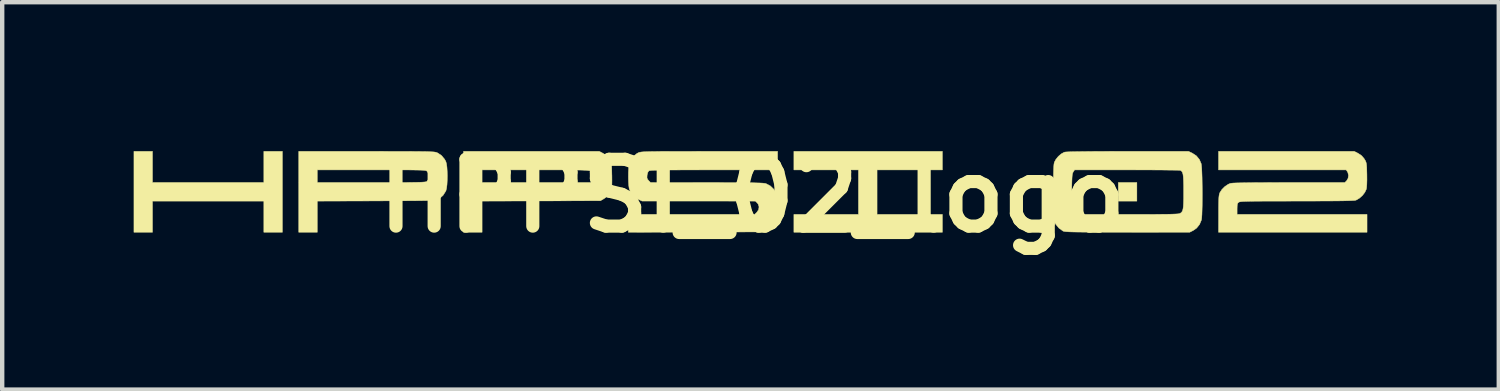
<source format=kicad_pcb>
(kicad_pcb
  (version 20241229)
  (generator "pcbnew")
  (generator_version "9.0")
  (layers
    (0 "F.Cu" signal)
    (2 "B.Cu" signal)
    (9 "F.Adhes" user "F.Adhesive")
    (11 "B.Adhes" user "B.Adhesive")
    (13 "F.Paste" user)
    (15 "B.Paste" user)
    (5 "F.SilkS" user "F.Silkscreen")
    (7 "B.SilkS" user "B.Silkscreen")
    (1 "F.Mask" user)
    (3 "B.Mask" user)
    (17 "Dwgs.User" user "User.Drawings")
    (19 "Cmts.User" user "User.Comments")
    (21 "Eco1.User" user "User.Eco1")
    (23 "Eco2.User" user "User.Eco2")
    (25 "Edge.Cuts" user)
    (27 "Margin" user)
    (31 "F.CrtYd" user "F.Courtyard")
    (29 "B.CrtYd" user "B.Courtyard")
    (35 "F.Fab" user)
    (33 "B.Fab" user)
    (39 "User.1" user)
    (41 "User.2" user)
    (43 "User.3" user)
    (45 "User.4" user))
  (footprint "HPPSI_02_logo"
    (layer "F.Cu")
    (at 14.11 1.418)
    (property "Reference" "HPPSI_02_logo" (at 0 0 0) (layer "F.SilkS") (effects (font (size 1.524 1.524) (thickness 0.3))))
    (attr through_hole)
    (fp_poly (pts (xy 8.771 0.119) (xy 8.348 0.119) (xy 8.348 -0.305) (xy 8.771 -0.305) (xy 8.771 0.119)) (stroke (width 0.01) (type solid)) (fill yes) (layer "F.SilkS"))
    (fp_poly (pts (xy -13.682 -0.305) (xy -11.142 -0.305) (xy -11.142 -1.016) (xy -10.719 -1.016) (xy -10.719 0.83) (xy -11.142 0.83) (xy -11.142 0.119) (xy -13.682 0.119) (xy -13.682 0.83) (xy -14.105 0.83) (xy -14.105 -1.016) (xy -13.682 -1.016) (xy -13.682 -0.305)) (stroke (width 0.01) (type solid)) (fill yes) (layer "F.SilkS"))
    (fp_poly (pts (xy 4.335 -0.593) (xy 2.845 -0.593) (xy 2.845 0.423) (xy 4.335 0.423) (xy 4.335 0.83) (xy 0.948 0.83) (xy 0.948 0.423) (xy 2.421 0.423) (xy 2.421 -0.593) (xy 0.948 -0.593) (xy 0.948 -1.016) (xy 4.335 -1.016) (xy 4.335 -0.593)) (stroke (width 0.01) (type solid)) (fill yes) (layer "F.SilkS"))
    (fp_poly (pts (xy -3.402 -0.969) (xy -3.326 -0.919) (xy -3.27 -0.855) (xy -3.26 -0.839) (xy -3.241 -0.808) (xy -3.228 -0.78) (xy -3.218 -0.75) (xy -3.212 -0.711) (xy -3.208 -0.657) (xy -3.206 -0.582) (xy -3.204 -0.48) (xy -3.203 -0.469) (xy -3.202 -0.352) (xy -3.203 -0.262) (xy -3.208 -0.194) (xy -3.217 -0.142) (xy -3.232 -0.099) (xy -3.254 -0.059) (xy -3.276 -0.028) (xy -3.311 0.01) (xy -3.362 0.049) (xy -3.387 0.065) (xy -3.463 0.11) (xy -4.813 0.115) (xy -6.164 0.119) (xy -6.164 0.83) (xy -6.587 0.83) (xy -6.587 -0.593) (xy -6.164 -0.593) (xy -6.164 -0.305) (xy -3.69 -0.305) (xy -3.65 -0.345) (xy -3.624 -0.379) (xy -3.615 -0.418) (xy -3.616 -0.459) (xy -3.618 -0.484) (xy -3.619 -0.505) (xy -3.623 -0.524) (xy -3.63 -0.54) (xy -3.644 -0.553) (xy -3.667 -0.563) (xy -3.7 -0.572) (xy -3.747 -0.579) (xy -3.809 -0.584) (xy -3.889 -0.588) (xy -3.988 -0.59) (xy -4.11 -0.592) (xy -4.256 -0.593) (xy -4.429 -0.593) (xy -4.63 -0.593) (xy -4.862 -0.593) (xy -4.929 -0.593) (xy -6.164 -0.593) (xy -6.587 -0.593) (xy -6.587 -1.016) (xy -5.04 -1.016) (xy -3.492 -1.016) (xy -3.402 -0.969)) (stroke (width 0.01) (type solid)) (fill yes) (layer "F.SilkS"))
    (fp_poly (pts (xy 13.82 -0.969) (xy 13.895 -0.919) (xy 13.951 -0.855) (xy 13.961 -0.839) (xy 13.981 -0.807) (xy 13.994 -0.778) (xy 14.004 -0.746) (xy 14.01 -0.705) (xy 14.014 -0.647) (xy 14.016 -0.567) (xy 14.018 -0.491) (xy 14.019 -0.363) (xy 14.016 -0.259) (xy 14.01 -0.183) (xy 14.004 -0.151) (xy 13.971 -0.081) (xy 13.917 -0.01) (xy 13.85 0.05) (xy 13.781 0.092) (xy 13.758 0.1) (xy 13.729 0.104) (xy 13.673 0.107) (xy 13.587 0.11) (xy 13.473 0.113) (xy 13.329 0.115) (xy 13.154 0.116) (xy 12.947 0.117) (xy 12.708 0.118) (xy 12.437 0.118) (xy 12.412 0.118) (xy 12.171 0.119) (xy 11.961 0.119) (xy 11.781 0.119) (xy 11.628 0.12) (xy 11.499 0.121) (xy 11.394 0.122) (xy 11.308 0.124) (xy 11.241 0.126) (xy 11.19 0.128) (xy 11.152 0.131) (xy 11.125 0.135) (xy 11.107 0.139) (xy 11.096 0.144) (xy 11.095 0.145) (xy 11.075 0.163) (xy 11.064 0.187) (xy 11.059 0.228) (xy 11.057 0.292) (xy 11.057 0.297) (xy 11.057 0.423) (xy 14.021 0.423) (xy 14.021 0.83) (xy 10.634 0.83) (xy 10.635 0.411) (xy 10.635 0.278) (xy 10.636 0.174) (xy 10.638 0.095) (xy 10.641 0.036) (xy 10.646 -0.007) (xy 10.652 -0.04) (xy 10.661 -0.066) (xy 10.666 -0.077) (xy 10.712 -0.148) (xy 10.779 -0.214) (xy 10.855 -0.265) (xy 10.903 -0.285) (xy 10.928 -0.289) (xy 10.974 -0.293) (xy 11.044 -0.296) (xy 11.138 -0.298) (xy 11.259 -0.3) (xy 11.406 -0.302) (xy 11.582 -0.303) (xy 11.788 -0.304) (xy 12.026 -0.305) (xy 12.241 -0.305) (xy 13.514 -0.305) (xy 13.556 -0.346) (xy 13.588 -0.4) (xy 13.598 -0.466) (xy 13.584 -0.531) (xy 13.571 -0.555) (xy 13.545 -0.593) (xy 10.634 -0.593) (xy 10.634 -1.016) (xy 12.182 -1.016) (xy 13.729 -1.016) (xy 13.82 -0.969)) (stroke (width 0.01) (type solid)) (fill yes) (layer "F.SilkS"))
    (fp_poly (pts (xy -8.801 -1.016) (xy -8.537 -1.016) (xy -8.304 -1.015) (xy -8.101 -1.015) (xy -7.926 -1.015) (xy -7.776 -1.014) (xy -7.649 -1.013) (xy -7.543 -1.012) (xy -7.455 -1.011) (xy -7.385 -1.009) (xy -7.329 -1.006) (xy -7.286 -1.004) (xy -7.253 -1.001) (xy -7.229 -0.997) (xy -7.21 -0.993) (xy -7.196 -0.988) (xy -7.186 -0.984) (xy -7.092 -0.923) (xy -7.019 -0.836) (xy -6.992 -0.787) (xy -6.977 -0.736) (xy -6.966 -0.659) (xy -6.96 -0.564) (xy -6.957 -0.461) (xy -6.959 -0.356) (xy -6.964 -0.259) (xy -6.974 -0.177) (xy -6.988 -0.119) (xy -6.992 -0.11) (xy -7.055 -0.011) (xy -7.14 0.064) (xy -7.165 0.079) (xy -7.177 0.084) (xy -7.191 0.089) (xy -7.211 0.094) (xy -7.239 0.098) (xy -7.276 0.101) (xy -7.326 0.103) (xy -7.389 0.106) (xy -7.469 0.107) (xy -7.569 0.109) (xy -7.689 0.11) (xy -7.833 0.111) (xy -8.002 0.112) (xy -8.2 0.113) (xy -8.428 0.114) (xy -8.572 0.115) (xy -9.923 0.119) (xy -9.923 0.83) (xy -10.346 0.83) (xy -10.346 -0.593) (xy -9.923 -0.593) (xy -9.923 -0.305) (xy -8.691 -0.305) (xy -8.454 -0.305) (xy -8.249 -0.305) (xy -8.074 -0.306) (xy -7.925 -0.306) (xy -7.801 -0.307) (xy -7.699 -0.309) (xy -7.617 -0.31) (xy -7.554 -0.312) (xy -7.505 -0.315) (xy -7.47 -0.318) (xy -7.445 -0.322) (xy -7.429 -0.327) (xy -7.421 -0.331) (xy -7.394 -0.368) (xy -7.381 -0.423) (xy -7.384 -0.484) (xy -7.401 -0.538) (xy -7.417 -0.559) (xy -7.424 -0.565) (xy -7.433 -0.571) (xy -7.447 -0.576) (xy -7.467 -0.58) (xy -7.497 -0.583) (xy -7.538 -0.586) (xy -7.592 -0.588) (xy -7.663 -0.589) (xy -7.753 -0.591) (xy -7.863 -0.592) (xy -7.997 -0.592) (xy -8.156 -0.592) (xy -8.343 -0.593) (xy -8.56 -0.593) (xy -8.687 -0.593) (xy -9.923 -0.593) (xy -10.346 -0.593) (xy -10.346 -1.016) (xy -8.801 -1.016)) (stroke (width 0.01) (type solid)) (fill yes) (layer "F.SilkS"))
    (fp_poly (pts (xy 0.576 -0.593) (xy -0.877 -0.593) (xy -1.141 -0.593) (xy -1.374 -0.592) (xy -1.576 -0.592) (xy -1.75 -0.591) (xy -1.898 -0.59) (xy -2.021 -0.589) (xy -2.122 -0.587) (xy -2.202 -0.585) (xy -2.264 -0.583) (xy -2.309 -0.58) (xy -2.339 -0.576) (xy -2.356 -0.573) (xy -2.361 -0.57) (xy -2.384 -0.536) (xy -2.399 -0.479) (xy -2.4 -0.47) (xy -2.403 -0.418) (xy -2.393 -0.383) (xy -2.367 -0.351) (xy -2.365 -0.348) (xy -2.321 -0.305) (xy -1.038 -0.304) (xy -0.789 -0.304) (xy -0.571 -0.303) (xy -0.384 -0.303) (xy -0.223 -0.302) (xy -0.089 -0.3) (xy 0.022 -0.299) (xy 0.112 -0.296) (xy 0.183 -0.294) (xy 0.236 -0.291) (xy 0.274 -0.287) (xy 0.299 -0.283) (xy 0.309 -0.281) (xy 0.41 -0.228) (xy 0.49 -0.151) (xy 0.527 -0.089) (xy 0.542 -0.057) (xy 0.553 -0.025) (xy 0.56 0.012) (xy 0.564 0.062) (xy 0.566 0.13) (xy 0.567 0.222) (xy 0.567 0.271) (xy 0.567 0.376) (xy 0.566 0.453) (xy 0.563 0.509) (xy 0.557 0.55) (xy 0.548 0.582) (xy 0.535 0.613) (xy 0.524 0.635) (xy 0.473 0.71) (xy 0.408 0.77) (xy 0.336 0.821) (xy -1.246 0.826) (xy -2.828 0.83) (xy -2.828 0.423) (xy 0.053 0.423) (xy 0.103 0.374) (xy 0.143 0.314) (xy 0.153 0.25) (xy 0.133 0.188) (xy 0.111 0.16) (xy 0.069 0.119) (xy -1.223 0.118) (xy -2.515 0.118) (xy -2.6 0.078) (xy -2.693 0.018) (xy -2.763 -0.061) (xy -2.806 -0.156) (xy -2.81 -0.173) (xy -2.819 -0.239) (xy -2.825 -0.329) (xy -2.827 -0.431) (xy -2.826 -0.535) (xy -2.821 -0.631) (xy -2.813 -0.707) (xy -2.809 -0.729) (xy -2.774 -0.821) (xy -2.712 -0.903) (xy -2.631 -0.968) (xy -2.599 -0.984) (xy -2.586 -0.99) (xy -2.571 -0.994) (xy -2.55 -0.998) (xy -2.522 -1.002) (xy -2.485 -1.005) (xy -2.437 -1.007) (xy -2.375 -1.009) (xy -2.298 -1.011) (xy -2.203 -1.012) (xy -2.089 -1.014) (xy -1.952 -1.014) (xy -1.791 -1.015) (xy -1.604 -1.015) (xy -1.389 -1.015) (xy -1.144 -1.016) (xy -0.978 -1.016) (xy 0.576 -1.016) (xy 0.576 -0.593)) (stroke (width 0.01) (type solid)) (fill yes) (layer "F.SilkS"))
    (fp_poly (pts (xy 9.948 -1.016) (xy 10.035 -0.975) (xy 10.128 -0.914) (xy 10.197 -0.83) (xy 10.238 -0.735) (xy 10.244 -0.696) (xy 10.25 -0.628) (xy 10.254 -0.537) (xy 10.258 -0.427) (xy 10.26 -0.304) (xy 10.262 -0.173) (xy 10.263 -0.039) (xy 10.262 0.094) (xy 10.261 0.219) (xy 10.258 0.332) (xy 10.255 0.428) (xy 10.25 0.501) (xy 10.244 0.546) (xy 10.243 0.55) (xy 10.2 0.652) (xy 10.133 0.735) (xy 10.056 0.789) (xy 9.975 0.83) (xy 8.556 0.829) (xy 8.301 0.829) (xy 8.078 0.829) (xy 7.885 0.828) (xy 7.719 0.827) (xy 7.578 0.827) (xy 7.46 0.825) (xy 7.363 0.824) (xy 7.284 0.822) (xy 7.222 0.82) (xy 7.175 0.817) (xy 7.14 0.814) (xy 7.115 0.81) (xy 7.097 0.806) (xy 7.087 0.802) (xy 6.994 0.735) (xy 6.919 0.645) (xy 6.903 0.618) (xy 6.894 0.599) (xy 6.886 0.58) (xy 6.88 0.556) (xy 6.875 0.524) (xy 6.872 0.481) (xy 6.869 0.422) (xy 6.868 0.345) (xy 6.867 0.245) (xy 6.867 0.119) (xy 6.867 0.11) (xy 7.283 0.11) (xy 7.285 0.194) (xy 7.289 0.256) (xy 7.297 0.302) (xy 7.307 0.336) (xy 7.322 0.361) (xy 7.341 0.383) (xy 7.381 0.423) (xy 8.541 0.423) (xy 8.786 0.423) (xy 8.998 0.423) (xy 9.18 0.422) (xy 9.333 0.42) (xy 9.459 0.419) (xy 9.56 0.417) (xy 9.638 0.414) (xy 9.694 0.411) (xy 9.729 0.407) (xy 9.746 0.403) (xy 9.774 0.388) (xy 9.795 0.369) (xy 9.811 0.341) (xy 9.823 0.3) (xy 9.831 0.243) (xy 9.835 0.164) (xy 9.838 0.061) (xy 9.838 -0.071) (xy 9.838 -0.093) (xy 9.838 -0.232) (xy 9.835 -0.341) (xy 9.831 -0.425) (xy 9.824 -0.486) (xy 9.813 -0.528) (xy 9.798 -0.556) (xy 9.778 -0.574) (xy 9.761 -0.582) (xy 9.74 -0.584) (xy 9.688 -0.586) (xy 9.607 -0.587) (xy 9.501 -0.588) (xy 9.373 -0.59) (xy 9.224 -0.591) (xy 9.058 -0.592) (xy 8.878 -0.592) (xy 8.686 -0.593) (xy 8.542 -0.593) (xy 7.35 -0.593) (xy 7.32 -0.547) (xy 7.31 -0.528) (xy 7.302 -0.501) (xy 7.296 -0.464) (xy 7.292 -0.41) (xy 7.289 -0.335) (xy 7.286 -0.234) (xy 7.285 -0.136) (xy 7.283 0.002) (xy 7.283 0.11) (xy 6.867 0.11) (xy 6.866 -0.036) (xy 6.866 -0.076) (xy 6.867 -0.25) (xy 6.868 -0.392) (xy 6.869 -0.507) (xy 6.872 -0.597) (xy 6.875 -0.666) (xy 6.879 -0.716) (xy 6.885 -0.751) (xy 6.89 -0.769) (xy 6.925 -0.834) (xy 6.979 -0.9) (xy 7.043 -0.956) (xy 7.107 -0.992) (xy 7.123 -0.998) (xy 7.154 -1.002) (xy 7.217 -1.005) (xy 7.312 -1.008) (xy 7.44 -1.01) (xy 7.601 -1.012) (xy 7.794 -1.014) (xy 8.021 -1.015) (xy 8.282 -1.016) (xy 8.568 -1.016) (xy 9.948 -1.016)) (stroke (width 0.01) (type solid)) (fill yes) (layer "F.SilkS")))
  (gr_rect
    (start -3 -3)
    (end 31.136 5.836)
    (stroke (width 0.1) (type default))
    (fill no)
    (layer "Edge.Cuts")))
</source>
